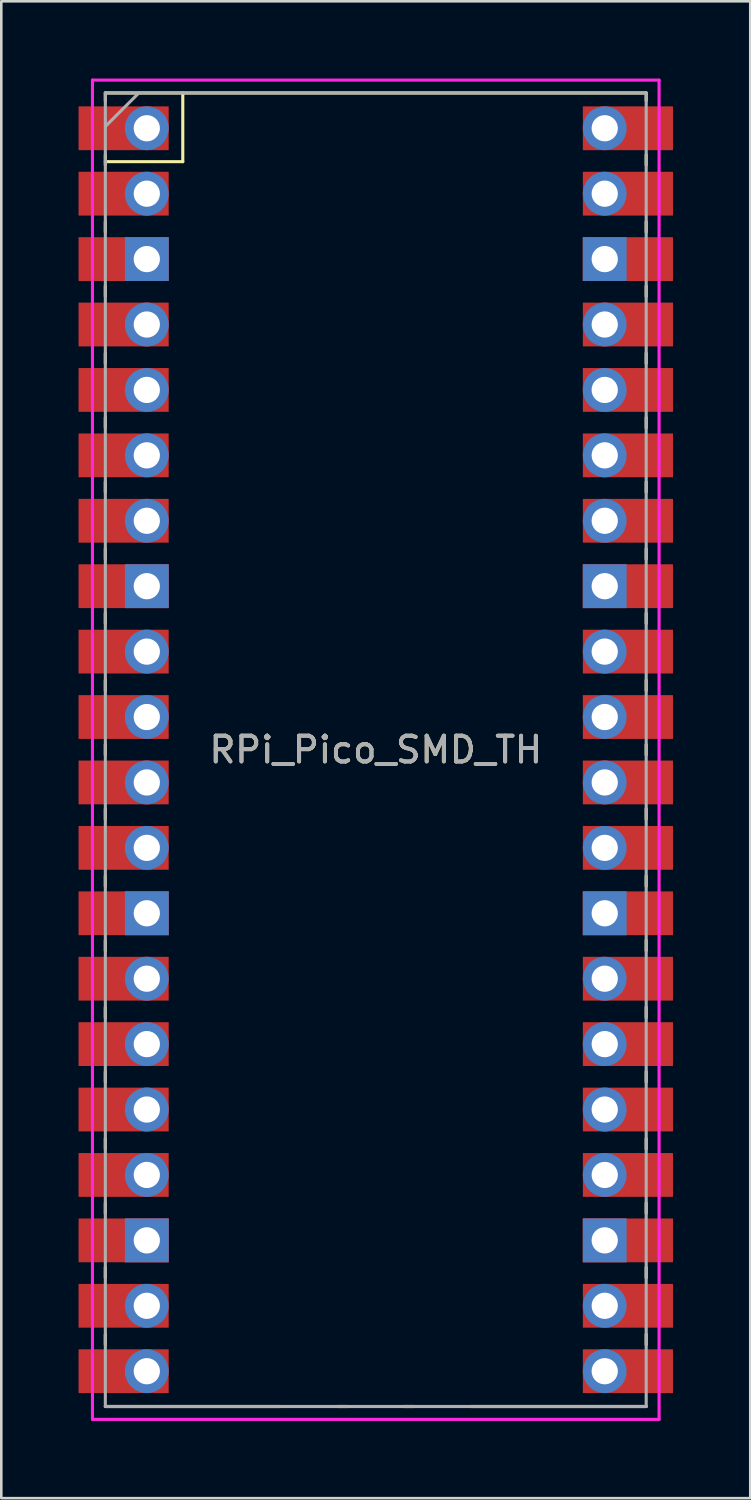
<source format=kicad_pcb>
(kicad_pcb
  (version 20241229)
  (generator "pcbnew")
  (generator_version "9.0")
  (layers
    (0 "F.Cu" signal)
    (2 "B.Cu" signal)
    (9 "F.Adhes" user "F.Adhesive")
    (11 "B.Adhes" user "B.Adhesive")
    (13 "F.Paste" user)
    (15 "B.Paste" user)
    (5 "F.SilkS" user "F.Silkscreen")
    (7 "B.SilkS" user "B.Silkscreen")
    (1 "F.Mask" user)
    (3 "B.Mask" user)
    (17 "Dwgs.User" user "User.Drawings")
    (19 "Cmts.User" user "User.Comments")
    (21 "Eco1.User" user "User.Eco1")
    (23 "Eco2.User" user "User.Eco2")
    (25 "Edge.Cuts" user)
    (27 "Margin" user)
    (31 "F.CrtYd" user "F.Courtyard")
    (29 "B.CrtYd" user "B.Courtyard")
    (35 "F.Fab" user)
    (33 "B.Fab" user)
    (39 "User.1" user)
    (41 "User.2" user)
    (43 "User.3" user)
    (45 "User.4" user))
  (footprint "RPi_Pico_SMD_TH"
    (layer "F.Cu")
    (at 11.54 26.06)
    (property "Reference" "RPi_Pico_SMD_TH" (at 0 0 0) (layer "F.SilkS") (effects (font (size 1 1) (thickness 0.15))))
    (attr through_hole)
    (fp_line (start -10.5 -25.5) (end -10.5 -25.2) (stroke (width 0.12) (type solid)) (layer "F.SilkS"))
    (fp_line (start -10.5 -25.5) (end 10.5 -25.5) (stroke (width 0.12) (type solid)) (layer "F.SilkS"))
    (fp_line (start -10.5 -23.1) (end -10.5 -22.7) (stroke (width 0.12) (type solid)) (layer "F.SilkS"))
    (fp_line (start -10.5 -22.833) (end -7.493 -22.833) (stroke (width 0.12) (type solid)) (layer "F.SilkS"))
    (fp_line (start -10.5 -20.5) (end -10.5 -20.1) (stroke (width 0.12) (type solid)) (layer "F.SilkS"))
    (fp_line (start -10.5 -18) (end -10.5 -17.6) (stroke (width 0.12) (type solid)) (layer "F.SilkS"))
    (fp_line (start -10.5 -15.4) (end -10.5 -15) (stroke (width 0.12) (type solid)) (layer "F.SilkS"))
    (fp_line (start -10.5 -12.9) (end -10.5 -12.5) (stroke (width 0.12) (type solid)) (layer "F.SilkS"))
    (fp_line (start -10.5 -10.4) (end -10.5 -10) (stroke (width 0.12) (type solid)) (layer "F.SilkS"))
    (fp_line (start -10.5 -7.8) (end -10.5 -7.4) (stroke (width 0.12) (type solid)) (layer "F.SilkS"))
    (fp_line (start -10.5 -5.3) (end -10.5 -4.9) (stroke (width 0.12) (type solid)) (layer "F.SilkS"))
    (fp_line (start -10.5 -2.7) (end -10.5 -2.3) (stroke (width 0.12) (type solid)) (layer "F.SilkS"))
    (fp_line (start -10.5 -0.2) (end -10.5 0.2) (stroke (width 0.12) (type solid)) (layer "F.SilkS"))
    (fp_line (start -10.5 2.3) (end -10.5 2.7) (stroke (width 0.12) (type solid)) (layer "F.SilkS"))
    (fp_line (start -10.5 4.9) (end -10.5 5.3) (stroke (width 0.12) (type solid)) (layer "F.SilkS"))
    (fp_line (start -10.5 7.4) (end -10.5 7.8) (stroke (width 0.12) (type solid)) (layer "F.SilkS"))
    (fp_line (start -10.5 10) (end -10.5 10.4) (stroke (width 0.12) (type solid)) (layer "F.SilkS"))
    (fp_line (start -10.5 12.5) (end -10.5 12.9) (stroke (width 0.12) (type solid)) (layer "F.SilkS"))
    (fp_line (start -10.5 15.1) (end -10.5 15.5) (stroke (width 0.12) (type solid)) (layer "F.SilkS"))
    (fp_line (start -10.5 17.6) (end -10.5 18) (stroke (width 0.12) (type solid)) (layer "F.SilkS"))
    (fp_line (start -10.5 20.1) (end -10.5 20.5) (stroke (width 0.12) (type solid)) (layer "F.SilkS"))
    (fp_line (start -10.5 22.7) (end -10.5 23.1) (stroke (width 0.12) (type solid)) (layer "F.SilkS"))
    (fp_line (start -7.493 -22.833) (end -7.493 -25.5) (stroke (width 0.12) (type solid)) (layer "F.SilkS"))
    (fp_line (start -3.7 25.5) (end -10.5 25.5) (stroke (width 0.12) (type solid)) (layer "F.SilkS"))
    (fp_line (start -1.5 25.5) (end -1.1 25.5) (stroke (width 0.12) (type solid)) (layer "F.SilkS"))
    (fp_line (start 1.1 25.5) (end 1.5 25.5) (stroke (width 0.12) (type solid)) (layer "F.SilkS"))
    (fp_line (start 10.5 -25.5) (end 10.5 -25.2) (stroke (width 0.12) (type solid)) (layer "F.SilkS"))
    (fp_line (start 10.5 -23.1) (end 10.5 -22.7) (stroke (width 0.12) (type solid)) (layer "F.SilkS"))
    (fp_line (start 10.5 -20.5) (end 10.5 -20.1) (stroke (width 0.12) (type solid)) (layer "F.SilkS"))
    (fp_line (start 10.5 -18) (end 10.5 -17.6) (stroke (width 0.12) (type solid)) (layer "F.SilkS"))
    (fp_line (start 10.5 -15.4) (end 10.5 -15) (stroke (width 0.12) (type solid)) (layer "F.SilkS"))
    (fp_line (start 10.5 -12.9) (end 10.5 -12.5) (stroke (width 0.12) (type solid)) (layer "F.SilkS"))
    (fp_line (start 10.5 -10.4) (end 10.5 -10) (stroke (width 0.12) (type solid)) (layer "F.SilkS"))
    (fp_line (start 10.5 -7.8) (end 10.5 -7.4) (stroke (width 0.12) (type solid)) (layer "F.SilkS"))
    (fp_line (start 10.5 -5.3) (end 10.5 -4.9) (stroke (width 0.12) (type solid)) (layer "F.SilkS"))
    (fp_line (start 10.5 -2.7) (end 10.5 -2.3) (stroke (width 0.12) (type solid)) (layer "F.SilkS"))
    (fp_line (start 10.5 -0.2) (end 10.5 0.2) (stroke (width 0.12) (type solid)) (layer "F.SilkS"))
    (fp_line (start 10.5 2.3) (end 10.5 2.7) (stroke (width 0.12) (type solid)) (layer "F.SilkS"))
    (fp_line (start 10.5 4.9) (end 10.5 5.3) (stroke (width 0.12) (type solid)) (layer "F.SilkS"))
    (fp_line (start 10.5 7.4) (end 10.5 7.8) (stroke (width 0.12) (type solid)) (layer "F.SilkS"))
    (fp_line (start 10.5 10) (end 10.5 10.4) (stroke (width 0.12) (type solid)) (layer "F.SilkS"))
    (fp_line (start 10.5 12.5) (end 10.5 12.9) (stroke (width 0.12) (type solid)) (layer "F.SilkS"))
    (fp_line (start 10.5 15.1) (end 10.5 15.5) (stroke (width 0.12) (type solid)) (layer "F.SilkS"))
    (fp_line (start 10.5 17.6) (end 10.5 18) (stroke (width 0.12) (type solid)) (layer "F.SilkS"))
    (fp_line (start 10.5 20.1) (end 10.5 20.5) (stroke (width 0.12) (type solid)) (layer "F.SilkS"))
    (fp_line (start 10.5 22.7) (end 10.5 23.1) (stroke (width 0.12) (type solid)) (layer "F.SilkS"))
    (fp_line (start 10.5 25.5) (end 3.7 25.5) (stroke (width 0.12) (type solid)) (layer "F.SilkS"))
    (fp_line (start -11 -26) (end 11 -26) (stroke (width 0.12) (type solid)) (layer "F.CrtYd"))
    (fp_line (start -11 26) (end -11 -26) (stroke (width 0.12) (type solid)) (layer "F.CrtYd"))
    (fp_line (start 11 -26) (end 11 26) (stroke (width 0.12) (type solid)) (layer "F.CrtYd"))
    (fp_line (start 11 26) (end -11 26) (stroke (width 0.12) (type solid)) (layer "F.CrtYd"))
    (fp_line (start -10.5 -25.5) (end 10.5 -25.5) (stroke (width 0.12) (type solid)) (layer "F.Fab"))
    (fp_line (start -10.5 -24.2) (end -9.2 -25.5) (stroke (width 0.12) (type solid)) (layer "F.Fab"))
    (fp_line (start -10.5 25.5) (end -10.5 -25.5) (stroke (width 0.12) (type solid)) (layer "F.Fab"))
    (fp_line (start 10.5 -25.5) (end 10.5 25.5) (stroke (width 0.12) (type solid)) (layer "F.Fab"))
    (fp_line (start 10.5 25.5) (end -10.5 25.5) (stroke (width 0.12) (type solid)) (layer "F.Fab"))
    (fp_text user "${REFERENCE}" (at 0 0 180) (layer "F.Fab") (effects (font (size 1 1) (thickness 0.15))))
    (pad "1" thru_hole oval (at -8.89 -24.13) (size 1.7 1.7) (drill 1.02) (layers "*.Cu" "*.Mask"))
    (pad "1" smd rect (at -8.89 -24.13) (size 3.5 1.7) (drill (offset -0.9 0)) (layers "F.Cu" "F.Mask"))
    (pad "2" thru_hole oval (at -8.89 -21.59) (size 1.7 1.7) (drill 1.02) (layers "*.Cu" "*.Mask"))
    (pad "2" smd rect (at -8.89 -21.59) (size 3.5 1.7) (drill (offset -0.9 0)) (layers "F.Cu" "F.Mask"))
    (pad "3" thru_hole rect (at -8.89 -19.05) (size 1.7 1.7) (drill 1.02) (layers "*.Cu" "*.Mask"))
    (pad "3" smd rect (at -8.89 -19.05) (size 3.5 1.7) (drill (offset -0.9 0)) (layers "F.Cu" "F.Mask"))
    (pad "4" thru_hole oval (at -8.89 -16.51) (size 1.7 1.7) (drill 1.02) (layers "*.Cu" "*.Mask"))
    (pad "4" smd rect (at -8.89 -16.51) (size 3.5 1.7) (drill (offset -0.9 0)) (layers "F.Cu" "F.Mask"))
    (pad "5" thru_hole oval (at -8.89 -13.97) (size 1.7 1.7) (drill 1.02) (layers "*.Cu" "*.Mask"))
    (pad "5" smd rect (at -8.89 -13.97) (size 3.5 1.7) (drill (offset -0.9 0)) (layers "F.Cu" "F.Mask"))
    (pad "6" thru_hole oval (at -8.89 -11.43) (size 1.7 1.7) (drill 1.02) (layers "*.Cu" "*.Mask"))
    (pad "6" smd rect (at -8.89 -11.43) (size 3.5 1.7) (drill (offset -0.9 0)) (layers "F.Cu" "F.Mask"))
    (pad "7" thru_hole oval (at -8.89 -8.89) (size 1.7 1.7) (drill 1.02) (layers "*.Cu" "*.Mask"))
    (pad "7" smd rect (at -8.89 -8.89) (size 3.5 1.7) (drill (offset -0.9 0)) (layers "F.Cu" "F.Mask"))
    (pad "8" thru_hole rect (at -8.89 -6.35) (size 1.7 1.7) (drill 1.02) (layers "*.Cu" "*.Mask"))
    (pad "8" smd rect (at -8.89 -6.35) (size 3.5 1.7) (drill (offset -0.9 0)) (layers "F.Cu" "F.Mask"))
    (pad "9" thru_hole oval (at -8.89 -3.81) (size 1.7 1.7) (drill 1.02) (layers "*.Cu" "*.Mask"))
    (pad "9" smd rect (at -8.89 -3.81) (size 3.5 1.7) (drill (offset -0.9 0)) (layers "F.Cu" "F.Mask"))
    (pad "10" thru_hole oval (at -8.89 -1.27) (size 1.7 1.7) (drill 1.02) (layers "*.Cu" "*.Mask"))
    (pad "10" smd rect (at -8.89 -1.27) (size 3.5 1.7) (drill (offset -0.9 0)) (layers "F.Cu" "F.Mask"))
    (pad "11" thru_hole oval (at -8.89 1.27) (size 1.7 1.7) (drill 1.02) (layers "*.Cu" "*.Mask"))
    (pad "11" smd rect (at -8.89 1.27) (size 3.5 1.7) (drill (offset -0.9 0)) (layers "F.Cu" "F.Mask"))
    (pad "12" thru_hole oval (at -8.89 3.81) (size 1.7 1.7) (drill 1.02) (layers "*.Cu" "*.Mask"))
    (pad "12" smd rect (at -8.89 3.81) (size 3.5 1.7) (drill (offset -0.9 0)) (layers "F.Cu" "F.Mask"))
    (pad "13" thru_hole rect (at -8.89 6.35) (size 1.7 1.7) (drill 1.02) (layers "*.Cu" "*.Mask"))
    (pad "13" smd rect (at -8.89 6.35) (size 3.5 1.7) (drill (offset -0.9 0)) (layers "F.Cu" "F.Mask"))
    (pad "14" thru_hole oval (at -8.89 8.89) (size 1.7 1.7) (drill 1.02) (layers "*.Cu" "*.Mask"))
    (pad "14" smd rect (at -8.89 8.89) (size 3.5 1.7) (drill (offset -0.9 0)) (layers "F.Cu" "F.Mask"))
    (pad "15" thru_hole oval (at -8.89 11.43) (size 1.7 1.7) (drill 1.02) (layers "*.Cu" "*.Mask"))
    (pad "15" smd rect (at -8.89 11.43) (size 3.5 1.7) (drill (offset -0.9 0)) (layers "F.Cu" "F.Mask"))
    (pad "16" thru_hole oval (at -8.89 13.97) (size 1.7 1.7) (drill 1.02) (layers "*.Cu" "*.Mask"))
    (pad "16" smd rect (at -8.89 13.97) (size 3.5 1.7) (drill (offset -0.9 0)) (layers "F.Cu" "F.Mask"))
    (pad "17" thru_hole oval (at -8.89 16.51) (size 1.7 1.7) (drill 1.02) (layers "*.Cu" "*.Mask"))
    (pad "17" smd rect (at -8.89 16.51) (size 3.5 1.7) (drill (offset -0.9 0)) (layers "F.Cu" "F.Mask"))
    (pad "18" thru_hole rect (at -8.89 19.05) (size 1.7 1.7) (drill 1.02) (layers "*.Cu" "*.Mask"))
    (pad "18" smd rect (at -8.89 19.05) (size 3.5 1.7) (drill (offset -0.9 0)) (layers "F.Cu" "F.Mask"))
    (pad "19" thru_hole oval (at -8.89 21.59) (size 1.7 1.7) (drill 1.02) (layers "*.Cu" "*.Mask"))
    (pad "19" smd rect (at -8.89 21.59) (size 3.5 1.7) (drill (offset -0.9 0)) (layers "F.Cu" "F.Mask"))
    (pad "20" thru_hole oval (at -8.89 24.13) (size 1.7 1.7) (drill 1.02) (layers "*.Cu" "*.Mask"))
    (pad "20" smd rect (at -8.89 24.13) (size 3.5 1.7) (drill (offset -0.9 0)) (layers "F.Cu" "F.Mask"))
    (pad "21" thru_hole oval (at 8.89 24.13) (size 1.7 1.7) (drill 1.02) (layers "*.Cu" "*.Mask"))
    (pad "21" smd rect (at 8.89 24.13) (size 3.5 1.7) (drill (offset 0.9 0)) (layers "F.Cu" "F.Mask"))
    (pad "22" thru_hole oval (at 8.89 21.59) (size 1.7 1.7) (drill 1.02) (layers "*.Cu" "*.Mask"))
    (pad "22" smd rect (at 8.89 21.59) (size 3.5 1.7) (drill (offset 0.9 0)) (layers "F.Cu" "F.Mask"))
    (pad "23" thru_hole rect (at 8.89 19.05) (size 1.7 1.7) (drill 1.02) (layers "*.Cu" "*.Mask"))
    (pad "23" smd rect (at 8.89 19.05) (size 3.5 1.7) (drill (offset 0.9 0)) (layers "F.Cu" "F.Mask"))
    (pad "24" thru_hole oval (at 8.89 16.51) (size 1.7 1.7) (drill 1.02) (layers "*.Cu" "*.Mask"))
    (pad "24" smd rect (at 8.89 16.51) (size 3.5 1.7) (drill (offset 0.9 0)) (layers "F.Cu" "F.Mask"))
    (pad "25" thru_hole oval (at 8.89 13.97) (size 1.7 1.7) (drill 1.02) (layers "*.Cu" "*.Mask"))
    (pad "25" smd rect (at 8.89 13.97) (size 3.5 1.7) (drill (offset 0.9 0)) (layers "F.Cu" "F.Mask"))
    (pad "26" thru_hole oval (at 8.89 11.43) (size 1.7 1.7) (drill 1.02) (layers "*.Cu" "*.Mask"))
    (pad "26" smd rect (at 8.89 11.43) (size 3.5 1.7) (drill (offset 0.9 0)) (layers "F.Cu" "F.Mask"))
    (pad "27" thru_hole oval (at 8.89 8.89) (size 1.7 1.7) (drill 1.02) (layers "*.Cu" "*.Mask"))
    (pad "27" smd rect (at 8.89 8.89) (size 3.5 1.7) (drill (offset 0.9 0)) (layers "F.Cu" "F.Mask"))
    (pad "28" thru_hole rect (at 8.89 6.35) (size 1.7 1.7) (drill 1.02) (layers "*.Cu" "*.Mask"))
    (pad "28" smd rect (at 8.89 6.35) (size 3.5 1.7) (drill (offset 0.9 0)) (layers "F.Cu" "F.Mask"))
    (pad "29" thru_hole oval (at 8.89 3.81) (size 1.7 1.7) (drill 1.02) (layers "*.Cu" "*.Mask"))
    (pad "29" smd rect (at 8.89 3.81) (size 3.5 1.7) (drill (offset 0.9 0)) (layers "F.Cu" "F.Mask"))
    (pad "30" thru_hole oval (at 8.89 1.27) (size 1.7 1.7) (drill 1.02) (layers "*.Cu" "*.Mask"))
    (pad "30" smd rect (at 8.89 1.27) (size 3.5 1.7) (drill (offset 0.9 0)) (layers "F.Cu" "F.Mask"))
    (pad "31" thru_hole oval (at 8.89 -1.27) (size 1.7 1.7) (drill 1.02) (layers "*.Cu" "*.Mask"))
    (pad "31" smd rect (at 8.89 -1.27) (size 3.5 1.7) (drill (offset 0.9 0)) (layers "F.Cu" "F.Mask"))
    (pad "32" thru_hole oval (at 8.89 -3.81) (size 1.7 1.7) (drill 1.02) (layers "*.Cu" "*.Mask"))
    (pad "32" smd rect (at 8.89 -3.81) (size 3.5 1.7) (drill (offset 0.9 0)) (layers "F.Cu" "F.Mask"))
    (pad "33" thru_hole rect (at 8.89 -6.35) (size 1.7 1.7) (drill 1.02) (layers "*.Cu" "*.Mask"))
    (pad "33" smd rect (at 8.89 -6.35) (size 3.5 1.7) (drill (offset 0.9 0)) (layers "F.Cu" "F.Mask"))
    (pad "34" thru_hole oval (at 8.89 -8.89) (size 1.7 1.7) (drill 1.02) (layers "*.Cu" "*.Mask"))
    (pad "34" smd rect (at 8.89 -8.89) (size 3.5 1.7) (drill (offset 0.9 0)) (layers "F.Cu" "F.Mask"))
    (pad "35" thru_hole oval (at 8.89 -11.43) (size 1.7 1.7) (drill 1.02) (layers "*.Cu" "*.Mask"))
    (pad "35" smd rect (at 8.89 -11.43) (size 3.5 1.7) (drill (offset 0.9 0)) (layers "F.Cu" "F.Mask"))
    (pad "36" thru_hole oval (at 8.89 -13.97) (size 1.7 1.7) (drill 1.02) (layers "*.Cu" "*.Mask"))
    (pad "36" smd rect (at 8.89 -13.97) (size 3.5 1.7) (drill (offset 0.9 0)) (layers "F.Cu" "F.Mask"))
    (pad "37" thru_hole oval (at 8.89 -16.51) (size 1.7 1.7) (drill 1.02) (layers "*.Cu" "*.Mask"))
    (pad "37" smd rect (at 8.89 -16.51) (size 3.5 1.7) (drill (offset 0.9 0)) (layers "F.Cu" "F.Mask"))
    (pad "38" thru_hole rect (at 8.89 -19.05) (size 1.7 1.7) (drill 1.02) (layers "*.Cu" "*.Mask"))
    (pad "38" smd rect (at 8.89 -19.05) (size 3.5 1.7) (drill (offset 0.9 0)) (layers "F.Cu" "F.Mask"))
    (pad "39" thru_hole oval (at 8.89 -21.59) (size 1.7 1.7) (drill 1.02) (layers "*.Cu" "*.Mask"))
    (pad "39" smd rect (at 8.89 -21.59) (size 3.5 1.7) (drill (offset 0.9 0)) (layers "F.Cu" "F.Mask"))
    (pad "40" thru_hole oval (at 8.89 -24.13) (size 1.7 1.7) (drill 1.02) (layers "*.Cu" "*.Mask"))
    (pad "40" smd rect (at 8.89 -24.13) (size 3.5 1.7) (drill (offset 0.9 0)) (layers "F.Cu" "F.Mask")))
  (gr_rect
    (start -3 -3)
    (end 26.08 55.12)
    (stroke (width 0.1) (type default))
    (fill no)
    (layer "Edge.Cuts")))
</source>
